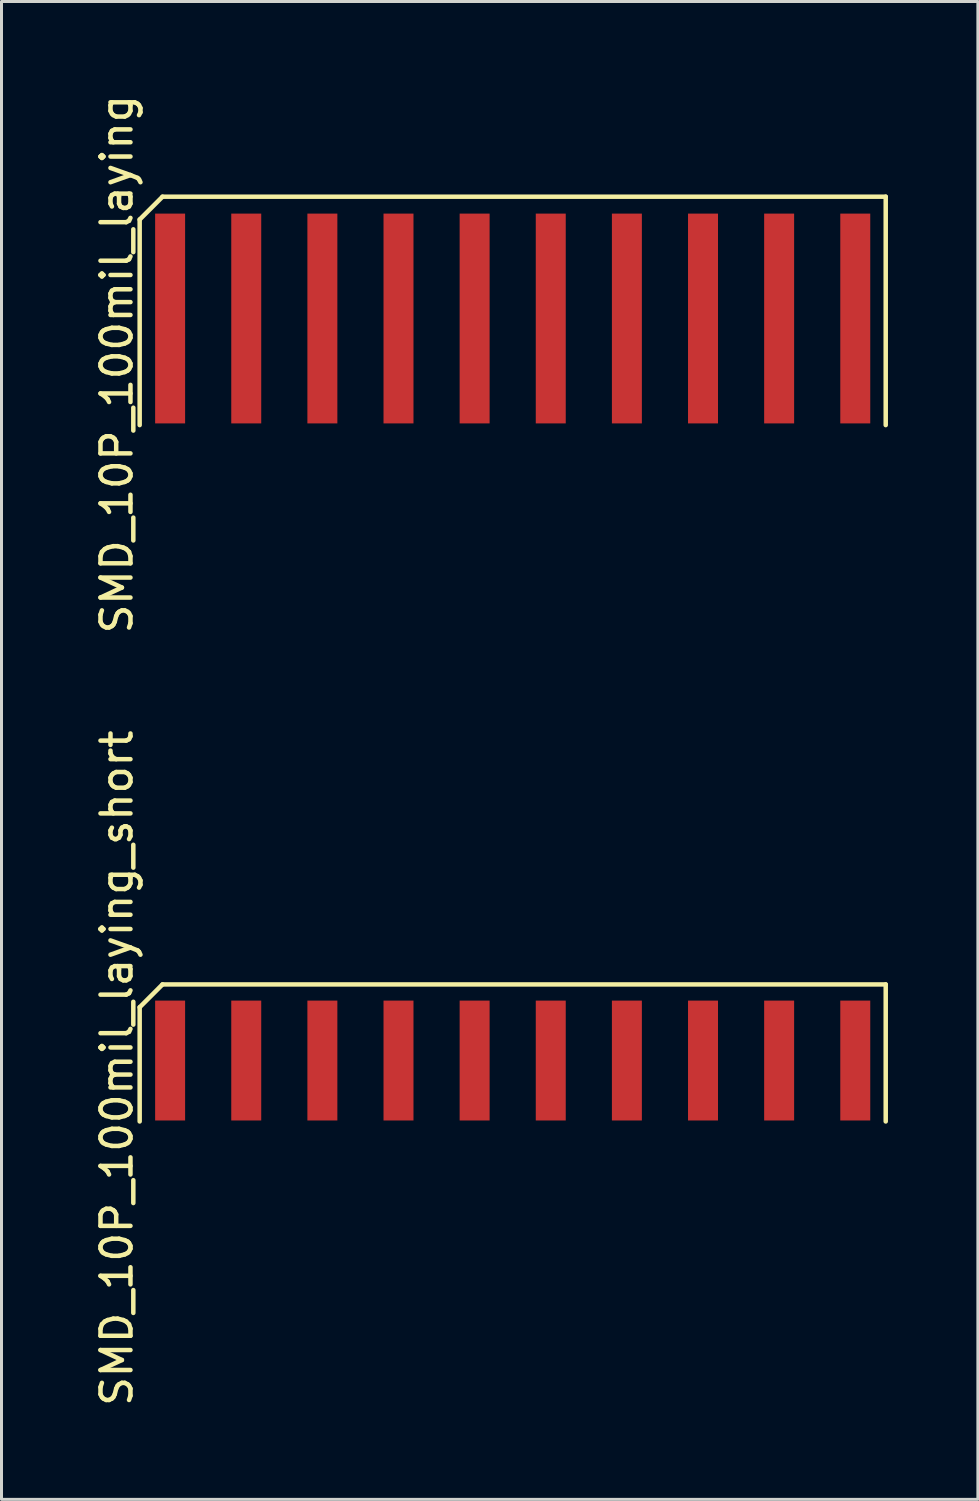
<source format=kicad_pcb>
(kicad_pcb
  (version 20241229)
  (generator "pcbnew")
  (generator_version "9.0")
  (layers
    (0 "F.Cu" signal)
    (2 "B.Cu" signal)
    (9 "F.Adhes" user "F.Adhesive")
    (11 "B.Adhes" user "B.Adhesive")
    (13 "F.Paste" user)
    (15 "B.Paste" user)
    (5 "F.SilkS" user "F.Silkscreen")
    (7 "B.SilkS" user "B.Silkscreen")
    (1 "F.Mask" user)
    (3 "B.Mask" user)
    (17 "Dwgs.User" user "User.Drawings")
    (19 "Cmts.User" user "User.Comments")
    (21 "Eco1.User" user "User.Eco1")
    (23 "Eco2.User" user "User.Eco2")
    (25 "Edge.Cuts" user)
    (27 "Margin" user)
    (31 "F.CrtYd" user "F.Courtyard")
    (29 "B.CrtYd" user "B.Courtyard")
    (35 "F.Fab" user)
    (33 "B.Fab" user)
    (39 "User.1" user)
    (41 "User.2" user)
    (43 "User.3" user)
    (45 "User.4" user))
  (footprint "SMD_10P_100mil_laying"
    (layer "F.Cu")
    (at 2.626 7.577)
    (property "Reference" "SMD_10P_100mil_laying" (at -1.778 1.524 90) (layer "F.SilkS") (effects (font (size 1 1) (thickness 0.15))))
    (attr through_hole)
    (fp_line (start -1.016 -3.302) (end -0.254 -4.064) (stroke (width 0.15) (type solid)) (layer "F.SilkS"))
    (fp_line (start -1.016 3.556) (end -1.016 -3.302) (stroke (width 0.15) (type solid)) (layer "F.SilkS"))
    (fp_line (start -0.254 -4.064) (end 23.876 -4.064) (stroke (width 0.15) (type solid)) (layer "F.SilkS"))
    (fp_line (start 23.876 -4.064) (end 23.876 3.556) (stroke (width 0.15) (type solid)) (layer "F.SilkS"))
    (pad "1" smd rect (at 0 0) (size 1 7) (layers "F.Cu" "F.Mask" "F.Paste"))
    (pad "2" smd rect (at 2.54 0) (size 1 7) (layers "F.Cu" "F.Mask" "F.Paste"))
    (pad "3" smd rect (at 5.08 0) (size 1 7) (layers "F.Cu" "F.Mask" "F.Paste"))
    (pad "4" smd rect (at 7.62 0) (size 1 7) (layers "F.Cu" "F.Mask" "F.Paste"))
    (pad "5" smd rect (at 10.16 0) (size 1 7) (layers "F.Cu" "F.Mask" "F.Paste"))
    (pad "6" smd rect (at 12.7 0) (size 1 7) (layers "F.Cu" "F.Mask" "F.Paste"))
    (pad "7" smd rect (at 15.24 0) (size 1 7) (layers "F.Cu" "F.Mask" "F.Paste"))
    (pad "8" smd rect (at 17.78 0) (size 1 7) (layers "F.Cu" "F.Mask" "F.Paste"))
    (pad "9" smd rect (at 20.32 0) (size 1 7) (layers "F.Cu" "F.Mask" "F.Paste"))
    (pad "10" smd rect (at 22.86 0) (size 1 7) (layers "F.Cu" "F.Mask" "F.Paste")))
  (footprint "SMD_10P_100mil_laying_short"
    (layer "F.Cu")
    (at 2.626 32.335)
    (property "Reference" "SMD_10P_100mil_laying_short" (at -1.778 0.254 90) (layer "F.SilkS") (effects (font (size 1 1) (thickness 0.15))))
    (attr through_hole)
    (fp_line (start -1.016 -1.778) (end -1.016 2.032) (stroke (width 0.15) (type solid)) (layer "F.SilkS"))
    (fp_line (start -1.016 -1.778) (end -0.254 -2.54) (stroke (width 0.15) (type solid)) (layer "F.SilkS"))
    (fp_line (start -0.254 -2.54) (end 23.876 -2.54) (stroke (width 0.15) (type solid)) (layer "F.SilkS"))
    (fp_line (start 23.876 -2.54) (end 23.876 2.032) (stroke (width 0.15) (type solid)) (layer "F.SilkS"))
    (pad "1" smd rect (at 0 0) (size 1 4) (layers "F.Cu" "F.Mask" "F.Paste"))
    (pad "2" smd rect (at 2.54 0) (size 1 4) (layers "F.Cu" "F.Mask" "F.Paste"))
    (pad "3" smd rect (at 5.08 0) (size 1 4) (layers "F.Cu" "F.Mask" "F.Paste"))
    (pad "4" smd rect (at 7.62 0) (size 1 4) (layers "F.Cu" "F.Mask" "F.Paste"))
    (pad "5" smd rect (at 10.16 0) (size 1 4) (layers "F.Cu" "F.Mask" "F.Paste"))
    (pad "6" smd rect (at 12.7 0) (size 1 4) (layers "F.Cu" "F.Mask" "F.Paste"))
    (pad "7" smd rect (at 15.24 0) (size 1 4) (layers "F.Cu" "F.Mask" "F.Paste"))
    (pad "8" smd rect (at 17.78 0) (size 1 4) (layers "F.Cu" "F.Mask" "F.Paste"))
    (pad "9" smd rect (at 20.32 0) (size 1 4) (layers "F.Cu" "F.Mask" "F.Paste"))
    (pad "10" smd rect (at 22.86 0) (size 1 4) (layers "F.Cu" "F.Mask" "F.Paste")))
  (gr_rect
    (start -3 -3)
    (end 29.577 46.976)
    (stroke (width 0.1) (type default))
    (fill no)
    (layer "Edge.Cuts")))
</source>
